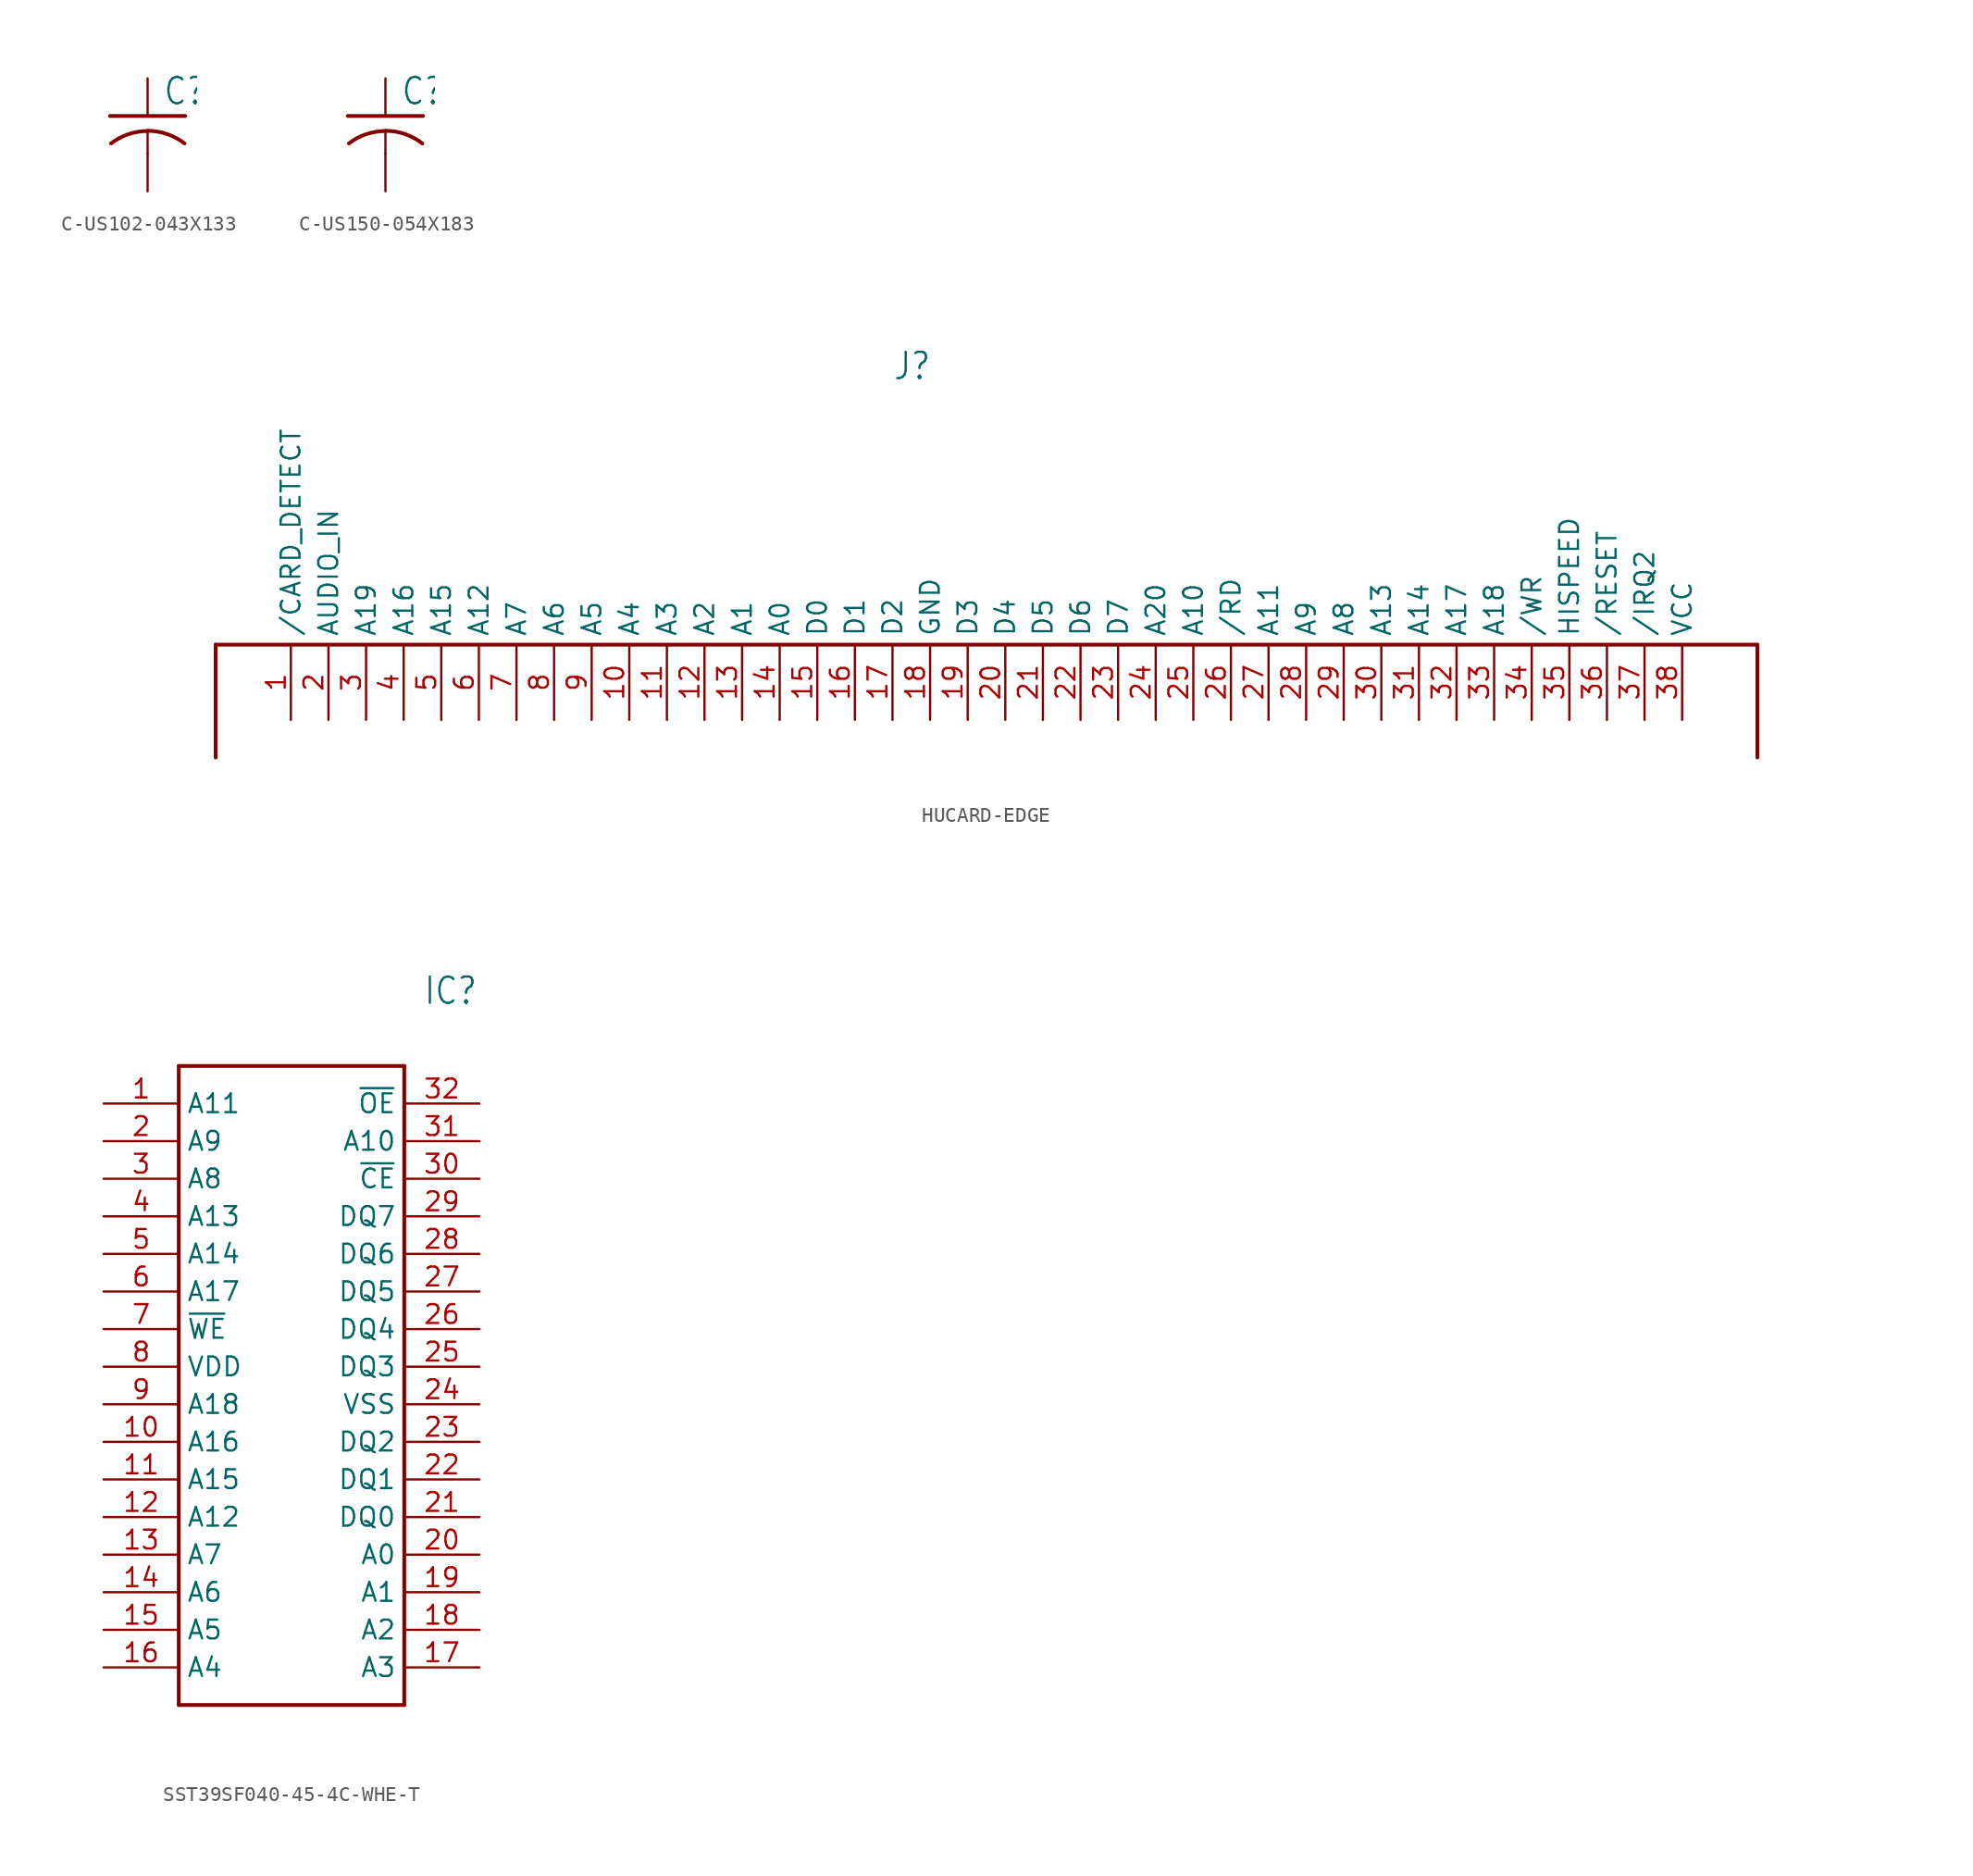
<source format=kicad_sym>
(kicad_symbol_lib
  (version 20220914)
  (generator kicad_symbol_editor)
  (symbol "C-US102-043X133"
    (property "Reference" "C"
      (at 1.016 0.635 0)
      (effects (font (size 1.778 1.511)) (justify left bottom)))
    (property "Value" ""
      (at 1.016 -4.191 0)
      (effects (font (size 1.778 1.511)) (justify left bottom)))
    (property "ki_locked" ""
      (at 0 0 0)
      (effects (font (size 1.27 1.27))))
    (symbol "C-US102-043X133_1_0"
      (arc (start 0 -1.0161) (mid -1.302 -1.2303) (end -2.4668 -1.8504) (stroke (width 0.254) (type solid)) (fill (type none)))
      (polyline (pts (xy -2.54 0) (xy 2.54 0)) (stroke (width 0.254) (type solid)) (fill (type none)))
      (polyline (pts (xy 0 -1.016) (xy 0 -2.54)) (stroke (width 0.152) (type solid)) (fill (type none)))
      (arc (start 2.4892 -1.8541) (mid 1.3158 -1.2194) (end 0 -1) (stroke (width 0.254) (type solid)) (fill (type none)))
      (pin passive line (at 0 2.54 270) (length 2.54) (name "1" (effects (font (size 0 0)))) (number "1" (effects (font (size 0 0)))))
      (pin passive line (at 0 -5.08 90) (length 2.54) (name "2" (effects (font (size 0 0)))) (number "2" (effects (font (size 0 0)))))))
  (symbol "C-US150-054X183"
    (property "Reference" "C"
      (at 1.016 0.635 0)
      (effects (font (size 1.778 1.511)) (justify left bottom)))
    (property "Value" ""
      (at 1.016 -4.191 0)
      (effects (font (size 1.778 1.511)) (justify left bottom)))
    (property "ki_locked" ""
      (at 0 0 0)
      (effects (font (size 1.27 1.27))))
    (symbol "C-US150-054X183_1_0"
      (arc (start 0 -1.0161) (mid -1.302 -1.2303) (end -2.4668 -1.8504) (stroke (width 0.254) (type solid)) (fill (type none)))
      (polyline (pts (xy -2.54 0) (xy 2.54 0)) (stroke (width 0.254) (type solid)) (fill (type none)))
      (polyline (pts (xy 0 -1.016) (xy 0 -2.54)) (stroke (width 0.152) (type solid)) (fill (type none)))
      (arc (start 2.4892 -1.8541) (mid 1.3158 -1.2194) (end 0 -1) (stroke (width 0.254) (type solid)) (fill (type none)))
      (pin passive line (at 0 2.54 270) (length 2.54) (name "1" (effects (font (size 0 0)))) (number "1" (effects (font (size 0 0)))))
      (pin passive line (at 0 -5.08 90) (length 2.54) (name "2" (effects (font (size 0 0)))) (number "2" (effects (font (size 0 0)))))))
  (symbol "HUCARD-EDGE"
    (property "Reference" "J"
      (at -7.62 25.4 0)
      (effects (font (size 1.778 1.511)) (justify left bottom)))
    (property "Value" ""
      (at -7.62 20.32 0)
      (effects (font (size 1.778 1.511)) (justify left bottom)))
    (property "ki_locked" ""
      (at 0 0 0)
      (effects (font (size 1.27 1.27))))
    (symbol "HUCARD-EDGE_1_0"
      (polyline (pts (xy -53.34 7.62) (xy -53.34 0)) (stroke (width 0.254) (type solid)) (fill (type none)))
      (polyline (pts (xy -53.34 7.62) (xy 50.8 7.62)) (stroke (width 0.254) (type solid)) (fill (type none)))
      (polyline (pts (xy 50.8 7.62) (xy 50.8 0)) (stroke (width 0.254) (type solid)) (fill (type none)))
      (pin input line (at -48.26 2.54 90) (length 5.08) (name "/CARD_DETECT" (effects (font (size 1.27 1.27)))) (number "1" (effects (font (size 1.27 1.27)))))
      (pin output line (at -25.4 2.54 90) (length 5.08) (name "A4" (effects (font (size 1.27 1.27)))) (number "10" (effects (font (size 1.27 1.27)))))
      (pin output line (at -22.86 2.54 90) (length 5.08) (name "A3" (effects (font (size 1.27 1.27)))) (number "11" (effects (font (size 1.27 1.27)))))
      (pin output line (at -20.32 2.54 90) (length 5.08) (name "A2" (effects (font (size 1.27 1.27)))) (number "12" (effects (font (size 1.27 1.27)))))
      (pin output line (at -17.78 2.54 90) (length 5.08) (name "A1" (effects (font (size 1.27 1.27)))) (number "13" (effects (font (size 1.27 1.27)))))
      (pin output line (at -15.24 2.54 90) (length 5.08) (name "A0" (effects (font (size 1.27 1.27)))) (number "14" (effects (font (size 1.27 1.27)))))
      (pin bidirectional line (at -12.7 2.54 90) (length 5.08) (name "D0" (effects (font (size 1.27 1.27)))) (number "15" (effects (font (size 1.27 1.27)))))
      (pin bidirectional line (at -10.16 2.54 90) (length 5.08) (name "D1" (effects (font (size 1.27 1.27)))) (number "16" (effects (font (size 1.27 1.27)))))
      (pin bidirectional line (at -7.62 2.54 90) (length 5.08) (name "D2" (effects (font (size 1.27 1.27)))) (number "17" (effects (font (size 1.27 1.27)))))
      (pin power_in line (at -5.08 2.54 90) (length 5.08) (name "GND" (effects (font (size 1.27 1.27)))) (number "18" (effects (font (size 1.27 1.27)))))
      (pin bidirectional line (at -2.54 2.54 90) (length 5.08) (name "D3" (effects (font (size 1.27 1.27)))) (number "19" (effects (font (size 1.27 1.27)))))
      (pin input line (at -45.72 2.54 90) (length 5.08) (name "AUDIO_IN" (effects (font (size 1.27 1.27)))) (number "2" (effects (font (size 1.27 1.27)))))
      (pin bidirectional line (at 0 2.54 90) (length 5.08) (name "D4" (effects (font (size 1.27 1.27)))) (number "20" (effects (font (size 1.27 1.27)))))
      (pin bidirectional line (at 2.54 2.54 90) (length 5.08) (name "D5" (effects (font (size 1.27 1.27)))) (number "21" (effects (font (size 1.27 1.27)))))
      (pin bidirectional line (at 5.08 2.54 90) (length 5.08) (name "D6" (effects (font (size 1.27 1.27)))) (number "22" (effects (font (size 1.27 1.27)))))
      (pin bidirectional line (at 7.62 2.54 90) (length 5.08) (name "D7" (effects (font (size 1.27 1.27)))) (number "23" (effects (font (size 1.27 1.27)))))
      (pin output line (at 10.16 2.54 90) (length 5.08) (name "A20" (effects (font (size 1.27 1.27)))) (number "24" (effects (font (size 1.27 1.27)))))
      (pin output line (at 12.7 2.54 90) (length 5.08) (name "A10" (effects (font (size 1.27 1.27)))) (number "25" (effects (font (size 1.27 1.27)))))
      (pin output line (at 15.24 2.54 90) (length 5.08) (name "/RD" (effects (font (size 1.27 1.27)))) (number "26" (effects (font (size 1.27 1.27)))))
      (pin output line (at 17.78 2.54 90) (length 5.08) (name "A11" (effects (font (size 1.27 1.27)))) (number "27" (effects (font (size 1.27 1.27)))))
      (pin output line (at 20.32 2.54 90) (length 5.08) (name "A9" (effects (font (size 1.27 1.27)))) (number "28" (effects (font (size 1.27 1.27)))))
      (pin output line (at 22.86 2.54 90) (length 5.08) (name "A8" (effects (font (size 1.27 1.27)))) (number "29" (effects (font (size 1.27 1.27)))))
      (pin output line (at -43.18 2.54 90) (length 5.08) (name "A19" (effects (font (size 1.27 1.27)))) (number "3" (effects (font (size 1.27 1.27)))))
      (pin output line (at 25.4 2.54 90) (length 5.08) (name "A13" (effects (font (size 1.27 1.27)))) (number "30" (effects (font (size 1.27 1.27)))))
      (pin output line (at 27.94 2.54 90) (length 5.08) (name "A14" (effects (font (size 1.27 1.27)))) (number "31" (effects (font (size 1.27 1.27)))))
      (pin output line (at 30.48 2.54 90) (length 5.08) (name "A17" (effects (font (size 1.27 1.27)))) (number "32" (effects (font (size 1.27 1.27)))))
      (pin output line (at 33.02 2.54 90) (length 5.08) (name "A18" (effects (font (size 1.27 1.27)))) (number "33" (effects (font (size 1.27 1.27)))))
      (pin output line (at 35.56 2.54 90) (length 5.08) (name "/WR" (effects (font (size 1.27 1.27)))) (number "34" (effects (font (size 1.27 1.27)))))
      (pin output line (at 38.1 2.54 90) (length 5.08) (name "HISPEED" (effects (font (size 1.27 1.27)))) (number "35" (effects (font (size 1.27 1.27)))))
      (pin bidirectional line (at 40.64 2.54 90) (length 5.08) (name "/RESET" (effects (font (size 1.27 1.27)))) (number "36" (effects (font (size 1.27 1.27)))))
      (pin bidirectional line (at 43.18 2.54 90) (length 5.08) (name "/IRQ2" (effects (font (size 1.27 1.27)))) (number "37" (effects (font (size 1.27 1.27)))))
      (pin power_in line (at 45.72 2.54 90) (length 5.08) (name "VCC" (effects (font (size 1.27 1.27)))) (number "38" (effects (font (size 1.27 1.27)))))
      (pin output line (at -40.64 2.54 90) (length 5.08) (name "A16" (effects (font (size 1.27 1.27)))) (number "4" (effects (font (size 1.27 1.27)))))
      (pin output line (at -38.1 2.54 90) (length 5.08) (name "A15" (effects (font (size 1.27 1.27)))) (number "5" (effects (font (size 1.27 1.27)))))
      (pin output line (at -35.56 2.54 90) (length 5.08) (name "A12" (effects (font (size 1.27 1.27)))) (number "6" (effects (font (size 1.27 1.27)))))
      (pin output line (at -33.02 2.54 90) (length 5.08) (name "A7" (effects (font (size 1.27 1.27)))) (number "7" (effects (font (size 1.27 1.27)))))
      (pin output line (at -30.48 2.54 90) (length 5.08) (name "A6" (effects (font (size 1.27 1.27)))) (number "8" (effects (font (size 1.27 1.27)))))
      (pin output line (at -27.94 2.54 90) (length 5.08) (name "A5" (effects (font (size 1.27 1.27)))) (number "9" (effects (font (size 1.27 1.27)))))))
  (symbol "SST39SF040-45-4C-WHE-T"
    (property "Reference" "IC"
      (at 21.59 7.62 0)
      (effects (font (size 1.778 1.511)) (justify left)))
    (property "Value" ""
      (at 21.59 5.08 0)
      (effects (font (size 1.778 1.511)) (justify left)))
    (property "ki_locked" ""
      (at 0 0 0)
      (effects (font (size 1.27 1.27))))
    (symbol "SST39SF040-45-4C-WHE-T_1_0"
      (polyline (pts (xy 5.08 2.54) (xy 5.08 -40.64)) (stroke (width 0.254) (type solid)) (fill (type none)))
      (polyline (pts (xy 5.08 2.54) (xy 20.32 2.54)) (stroke (width 0.254) (type solid)) (fill (type none)))
      (polyline (pts (xy 20.32 -40.64) (xy 5.08 -40.64)) (stroke (width 0.254) (type solid)) (fill (type none)))
      (polyline (pts (xy 20.32 -40.64) (xy 20.32 2.54)) (stroke (width 0.254) (type solid)) (fill (type none)))
      (pin input line (at 0 0 0) (length 5.08) (name "A11" (effects (font (size 1.27 1.27)))) (number "1" (effects (font (size 1.27 1.27)))))
      (pin input line (at 0 -22.86 0) (length 5.08) (name "A16" (effects (font (size 1.27 1.27)))) (number "10" (effects (font (size 1.27 1.27)))))
      (pin input line (at 0 -25.4 0) (length 5.08) (name "A15" (effects (font (size 1.27 1.27)))) (number "11" (effects (font (size 1.27 1.27)))))
      (pin input line (at 0 -27.94 0) (length 5.08) (name "A12" (effects (font (size 1.27 1.27)))) (number "12" (effects (font (size 1.27 1.27)))))
      (pin input line (at 0 -30.48 0) (length 5.08) (name "A7" (effects (font (size 1.27 1.27)))) (number "13" (effects (font (size 1.27 1.27)))))
      (pin input line (at 0 -33.02 0) (length 5.08) (name "A6" (effects (font (size 1.27 1.27)))) (number "14" (effects (font (size 1.27 1.27)))))
      (pin input line (at 0 -35.56 0) (length 5.08) (name "A5" (effects (font (size 1.27 1.27)))) (number "15" (effects (font (size 1.27 1.27)))))
      (pin input line (at 0 -38.1 0) (length 5.08) (name "A4" (effects (font (size 1.27 1.27)))) (number "16" (effects (font (size 1.27 1.27)))))
      (pin input line (at 25.4 -38.1 180) (length 5.08) (name "A3" (effects (font (size 1.27 1.27)))) (number "17" (effects (font (size 1.27 1.27)))))
      (pin input line (at 25.4 -35.56 180) (length 5.08) (name "A2" (effects (font (size 1.27 1.27)))) (number "18" (effects (font (size 1.27 1.27)))))
      (pin input line (at 25.4 -33.02 180) (length 5.08) (name "A1" (effects (font (size 1.27 1.27)))) (number "19" (effects (font (size 1.27 1.27)))))
      (pin input line (at 0 -2.54 0) (length 5.08) (name "A9" (effects (font (size 1.27 1.27)))) (number "2" (effects (font (size 1.27 1.27)))))
      (pin input line (at 25.4 -30.48 180) (length 5.08) (name "A0" (effects (font (size 1.27 1.27)))) (number "20" (effects (font (size 1.27 1.27)))))
      (pin bidirectional line (at 25.4 -27.94 180) (length 5.08) (name "DQ0" (effects (font (size 1.27 1.27)))) (number "21" (effects (font (size 1.27 1.27)))))
      (pin bidirectional line (at 25.4 -25.4 180) (length 5.08) (name "DQ1" (effects (font (size 1.27 1.27)))) (number "22" (effects (font (size 1.27 1.27)))))
      (pin bidirectional line (at 25.4 -22.86 180) (length 5.08) (name "DQ2" (effects (font (size 1.27 1.27)))) (number "23" (effects (font (size 1.27 1.27)))))
      (pin power_in line (at 25.4 -20.32 180) (length 5.08) (name "VSS" (effects (font (size 1.27 1.27)))) (number "24" (effects (font (size 1.27 1.27)))))
      (pin bidirectional line (at 25.4 -17.78 180) (length 5.08) (name "DQ3" (effects (font (size 1.27 1.27)))) (number "25" (effects (font (size 1.27 1.27)))))
      (pin bidirectional line (at 25.4 -15.24 180) (length 5.08) (name "DQ4" (effects (font (size 1.27 1.27)))) (number "26" (effects (font (size 1.27 1.27)))))
      (pin bidirectional line (at 25.4 -12.7 180) (length 5.08) (name "DQ5" (effects (font (size 1.27 1.27)))) (number "27" (effects (font (size 1.27 1.27)))))
      (pin bidirectional line (at 25.4 -10.16 180) (length 5.08) (name "DQ6" (effects (font (size 1.27 1.27)))) (number "28" (effects (font (size 1.27 1.27)))))
      (pin bidirectional line (at 25.4 -7.62 180) (length 5.08) (name "DQ7" (effects (font (size 1.27 1.27)))) (number "29" (effects (font (size 1.27 1.27)))))
      (pin input line (at 0 -5.08 0) (length 5.08) (name "A8" (effects (font (size 1.27 1.27)))) (number "3" (effects (font (size 1.27 1.27)))))
      (pin input line (at 25.4 -5.08 180) (length 5.08) (name "~{CE}" (effects (font (size 1.27 1.27)))) (number "30" (effects (font (size 1.27 1.27)))))
      (pin input line (at 25.4 -2.54 180) (length 5.08) (name "A10" (effects (font (size 1.27 1.27)))) (number "31" (effects (font (size 1.27 1.27)))))
      (pin input line (at 25.4 0 180) (length 5.08) (name "~{OE}" (effects (font (size 1.27 1.27)))) (number "32" (effects (font (size 1.27 1.27)))))
      (pin input line (at 0 -7.62 0) (length 5.08) (name "A13" (effects (font (size 1.27 1.27)))) (number "4" (effects (font (size 1.27 1.27)))))
      (pin input line (at 0 -10.16 0) (length 5.08) (name "A14" (effects (font (size 1.27 1.27)))) (number "5" (effects (font (size 1.27 1.27)))))
      (pin input line (at 0 -12.7 0) (length 5.08) (name "A17" (effects (font (size 1.27 1.27)))) (number "6" (effects (font (size 1.27 1.27)))))
      (pin input line (at 0 -15.24 0) (length 5.08) (name "~{WE}" (effects (font (size 1.27 1.27)))) (number "7" (effects (font (size 1.27 1.27)))))
      (pin power_in line (at 0 -17.78 0) (length 5.08) (name "VDD" (effects (font (size 1.27 1.27)))) (number "8" (effects (font (size 1.27 1.27)))))
      (pin input line (at 0 -20.32 0) (length 5.08) (name "A18" (effects (font (size 1.27 1.27)))) (number "9" (effects (font (size 1.27 1.27))))))))
</source>
